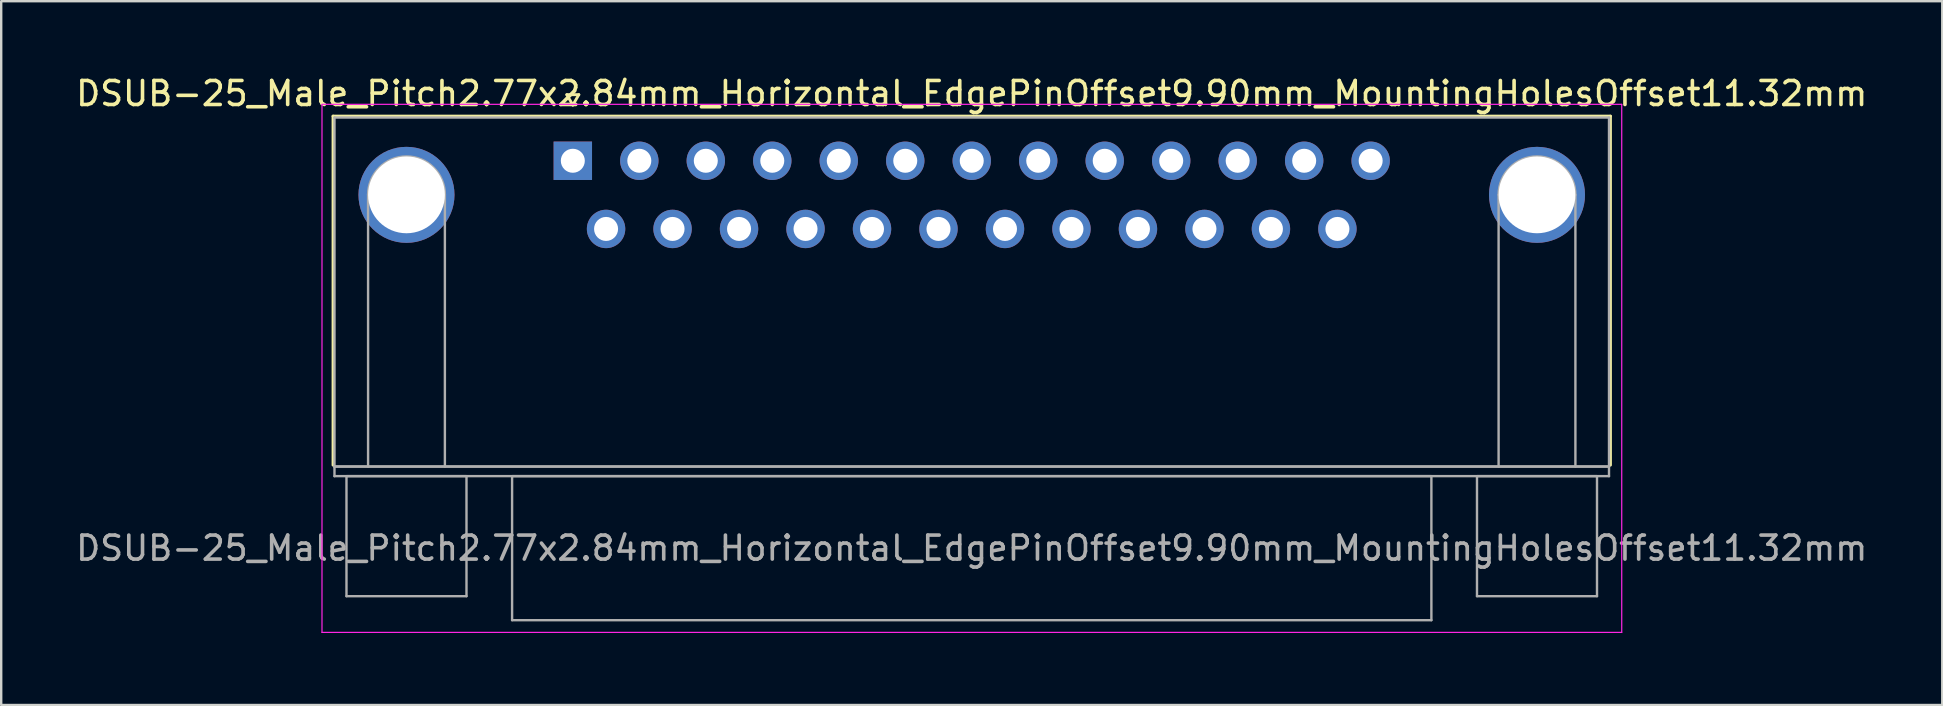
<source format=kicad_pcb>
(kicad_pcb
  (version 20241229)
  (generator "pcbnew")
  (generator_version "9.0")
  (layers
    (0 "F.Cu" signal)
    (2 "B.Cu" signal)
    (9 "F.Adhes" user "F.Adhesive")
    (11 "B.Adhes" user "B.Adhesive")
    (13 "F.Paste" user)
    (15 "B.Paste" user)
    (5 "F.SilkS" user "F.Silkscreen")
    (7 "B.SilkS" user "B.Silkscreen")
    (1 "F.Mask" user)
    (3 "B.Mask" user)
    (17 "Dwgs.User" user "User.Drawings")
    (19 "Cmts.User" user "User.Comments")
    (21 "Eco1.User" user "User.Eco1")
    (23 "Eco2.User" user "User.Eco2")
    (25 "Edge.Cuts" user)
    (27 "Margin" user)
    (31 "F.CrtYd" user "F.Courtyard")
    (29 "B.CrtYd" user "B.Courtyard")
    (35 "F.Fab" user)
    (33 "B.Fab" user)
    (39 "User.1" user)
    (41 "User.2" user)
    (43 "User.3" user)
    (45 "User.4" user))
  (footprint "DSUB-25_Male_Pitch2.77x2.84mm_Horizontal_EdgePinOffset9.90mm_MountingHolesOffset11.32mm"
    (layer "F.Cu")
    (at 20.815 3.648)
    (property "Reference" "DSUB-25_Male_Pitch2.77x2.84mm_Horizontal_EdgePinOffset9.90mm_MountingHolesOffset11.32mm" (at 16.62 -2.8 0) (layer "F.SilkS") (effects (font (size 1 1) (thickness 0.15))))
    (attr through_hole)
    (fp_line (start -9.99 -1.86) (end 43.23 -1.86) (stroke (width 0.12) (type solid)) (layer "F.SilkS"))
    (fp_line (start -9.99 12.68) (end -9.99 -1.86) (stroke (width 0.12) (type solid)) (layer "F.SilkS"))
    (fp_line (start -0.25 -2.754) (end 0.25 -2.754) (stroke (width 0.12) (type solid)) (layer "F.SilkS"))
    (fp_line (start 0 -2.321) (end -0.25 -2.754) (stroke (width 0.12) (type solid)) (layer "F.SilkS"))
    (fp_line (start 0.25 -2.754) (end 0 -2.321) (stroke (width 0.12) (type solid)) (layer "F.SilkS"))
    (fp_line (start 43.23 -1.86) (end 43.23 12.68) (stroke (width 0.12) (type solid)) (layer "F.SilkS"))
    (fp_line (start -10.45 -2.35) (end -10.45 19.65) (stroke (width 0.05) (type solid)) (layer "F.CrtYd"))
    (fp_line (start -10.45 19.65) (end 43.7 19.65) (stroke (width 0.05) (type solid)) (layer "F.CrtYd"))
    (fp_line (start 43.7 -2.35) (end -10.45 -2.35) (stroke (width 0.05) (type solid)) (layer "F.CrtYd"))
    (fp_line (start 43.7 19.65) (end 43.7 -2.35) (stroke (width 0.05) (type solid)) (layer "F.CrtYd"))
    (fp_line (start -9.93 -1.8) (end -9.93 12.74) (stroke (width 0.1) (type solid)) (layer "F.Fab"))
    (fp_line (start -9.93 12.74) (end -9.93 13.14) (stroke (width 0.1) (type solid)) (layer "F.Fab"))
    (fp_line (start -9.93 12.74) (end 43.17 12.74) (stroke (width 0.1) (type solid)) (layer "F.Fab"))
    (fp_line (start -9.93 13.14) (end 43.17 13.14) (stroke (width 0.1) (type solid)) (layer "F.Fab"))
    (fp_line (start -9.43 13.14) (end -9.43 18.14) (stroke (width 0.1) (type solid)) (layer "F.Fab"))
    (fp_line (start -9.43 18.14) (end -4.43 18.14) (stroke (width 0.1) (type solid)) (layer "F.Fab"))
    (fp_line (start -8.53 12.74) (end -8.53 1.42) (stroke (width 0.1) (type solid)) (layer "F.Fab"))
    (fp_line (start -5.33 12.74) (end -5.33 1.42) (stroke (width 0.1) (type solid)) (layer "F.Fab"))
    (fp_line (start -4.43 13.14) (end -9.43 13.14) (stroke (width 0.1) (type solid)) (layer "F.Fab"))
    (fp_line (start -4.43 18.14) (end -4.43 13.14) (stroke (width 0.1) (type solid)) (layer "F.Fab"))
    (fp_line (start -2.53 13.14) (end -2.53 19.14) (stroke (width 0.1) (type solid)) (layer "F.Fab"))
    (fp_line (start -2.53 19.14) (end 35.77 19.14) (stroke (width 0.1) (type solid)) (layer "F.Fab"))
    (fp_line (start 35.77 13.14) (end -2.53 13.14) (stroke (width 0.1) (type solid)) (layer "F.Fab"))
    (fp_line (start 35.77 19.14) (end 35.77 13.14) (stroke (width 0.1) (type solid)) (layer "F.Fab"))
    (fp_line (start 37.67 13.14) (end 37.67 18.14) (stroke (width 0.1) (type solid)) (layer "F.Fab"))
    (fp_line (start 37.67 18.14) (end 42.67 18.14) (stroke (width 0.1) (type solid)) (layer "F.Fab"))
    (fp_line (start 38.57 12.74) (end 38.57 1.42) (stroke (width 0.1) (type solid)) (layer "F.Fab"))
    (fp_line (start 41.77 12.74) (end 41.77 1.42) (stroke (width 0.1) (type solid)) (layer "F.Fab"))
    (fp_line (start 42.67 13.14) (end 37.67 13.14) (stroke (width 0.1) (type solid)) (layer "F.Fab"))
    (fp_line (start 42.67 18.14) (end 42.67 13.14) (stroke (width 0.1) (type solid)) (layer "F.Fab"))
    (fp_line (start 43.17 -1.8) (end -9.93 -1.8) (stroke (width 0.1) (type solid)) (layer "F.Fab"))
    (fp_line (start 43.17 12.74) (end -9.93 12.74) (stroke (width 0.1) (type solid)) (layer "F.Fab"))
    (fp_line (start 43.17 12.74) (end 43.17 -1.8) (stroke (width 0.1) (type solid)) (layer "F.Fab"))
    (fp_line (start 43.17 13.14) (end 43.17 12.74) (stroke (width 0.1) (type solid)) (layer "F.Fab"))
    (fp_arc (start -8.53 1.42) (mid -6.93 -0.18) (end -5.33 1.42) (stroke (width 0.1) (type solid)) (layer "F.Fab"))
    (fp_arc (start 38.57 1.42) (mid 40.17 -0.18) (end 41.77 1.42) (stroke (width 0.1) (type solid)) (layer "F.Fab"))
    (fp_text user "${REFERENCE}" (at 16.62 16.14 0) (layer "F.Fab") (effects (font (size 1 1) (thickness 0.15))))
    (pad "0" thru_hole circle (at -6.93 1.42) (size 4 4) (drill 3.2) (layers "*.Cu" "*.Mask"))
    (pad "0" thru_hole circle (at 40.17 1.42) (size 4 4) (drill 3.2) (layers "*.Cu" "*.Mask"))
    (pad "1" thru_hole rect (at 0 0) (size 1.6 1.6) (drill 1) (layers "*.Cu" "*.Mask"))
    (pad "2" thru_hole circle (at 2.77 0) (size 1.6 1.6) (drill 1) (layers "*.Cu" "*.Mask"))
    (pad "3" thru_hole circle (at 5.54 0) (size 1.6 1.6) (drill 1) (layers "*.Cu" "*.Mask"))
    (pad "4" thru_hole circle (at 8.31 0) (size 1.6 1.6) (drill 1) (layers "*.Cu" "*.Mask"))
    (pad "5" thru_hole circle (at 11.08 0) (size 1.6 1.6) (drill 1) (layers "*.Cu" "*.Mask"))
    (pad "6" thru_hole circle (at 13.85 0) (size 1.6 1.6) (drill 1) (layers "*.Cu" "*.Mask"))
    (pad "7" thru_hole circle (at 16.62 0) (size 1.6 1.6) (drill 1) (layers "*.Cu" "*.Mask"))
    (pad "8" thru_hole circle (at 19.39 0) (size 1.6 1.6) (drill 1) (layers "*.Cu" "*.Mask"))
    (pad "9" thru_hole circle (at 22.16 0) (size 1.6 1.6) (drill 1) (layers "*.Cu" "*.Mask"))
    (pad "10" thru_hole circle (at 24.93 0) (size 1.6 1.6) (drill 1) (layers "*.Cu" "*.Mask"))
    (pad "11" thru_hole circle (at 27.7 0) (size 1.6 1.6) (drill 1) (layers "*.Cu" "*.Mask"))
    (pad "12" thru_hole circle (at 30.47 0) (size 1.6 1.6) (drill 1) (layers "*.Cu" "*.Mask"))
    (pad "13" thru_hole circle (at 33.24 0) (size 1.6 1.6) (drill 1) (layers "*.Cu" "*.Mask"))
    (pad "14" thru_hole circle (at 1.385 2.84) (size 1.6 1.6) (drill 1) (layers "*.Cu" "*.Mask"))
    (pad "15" thru_hole circle (at 4.155 2.84) (size 1.6 1.6) (drill 1) (layers "*.Cu" "*.Mask"))
    (pad "16" thru_hole circle (at 6.925 2.84) (size 1.6 1.6) (drill 1) (layers "*.Cu" "*.Mask"))
    (pad "17" thru_hole circle (at 9.695 2.84) (size 1.6 1.6) (drill 1) (layers "*.Cu" "*.Mask"))
    (pad "18" thru_hole circle (at 12.465 2.84) (size 1.6 1.6) (drill 1) (layers "*.Cu" "*.Mask"))
    (pad "19" thru_hole circle (at 15.235 2.84) (size 1.6 1.6) (drill 1) (layers "*.Cu" "*.Mask"))
    (pad "20" thru_hole circle (at 18.005 2.84) (size 1.6 1.6) (drill 1) (layers "*.Cu" "*.Mask"))
    (pad "21" thru_hole circle (at 20.775 2.84) (size 1.6 1.6) (drill 1) (layers "*.Cu" "*.Mask"))
    (pad "22" thru_hole circle (at 23.545 2.84) (size 1.6 1.6) (drill 1) (layers "*.Cu" "*.Mask"))
    (pad "23" thru_hole circle (at 26.315 2.84) (size 1.6 1.6) (drill 1) (layers "*.Cu" "*.Mask"))
    (pad "24" thru_hole circle (at 29.085 2.84) (size 1.6 1.6) (drill 1) (layers "*.Cu" "*.Mask"))
    (pad "25" thru_hole circle (at 31.855 2.84) (size 1.6 1.6) (drill 1) (layers "*.Cu" "*.Mask")))
  (gr_rect
    (start -3 -3)
    (end 77.869 26.323)
    (stroke (width 0.1) (type default))
    (fill no)
    (layer "Edge.Cuts")))
</source>
